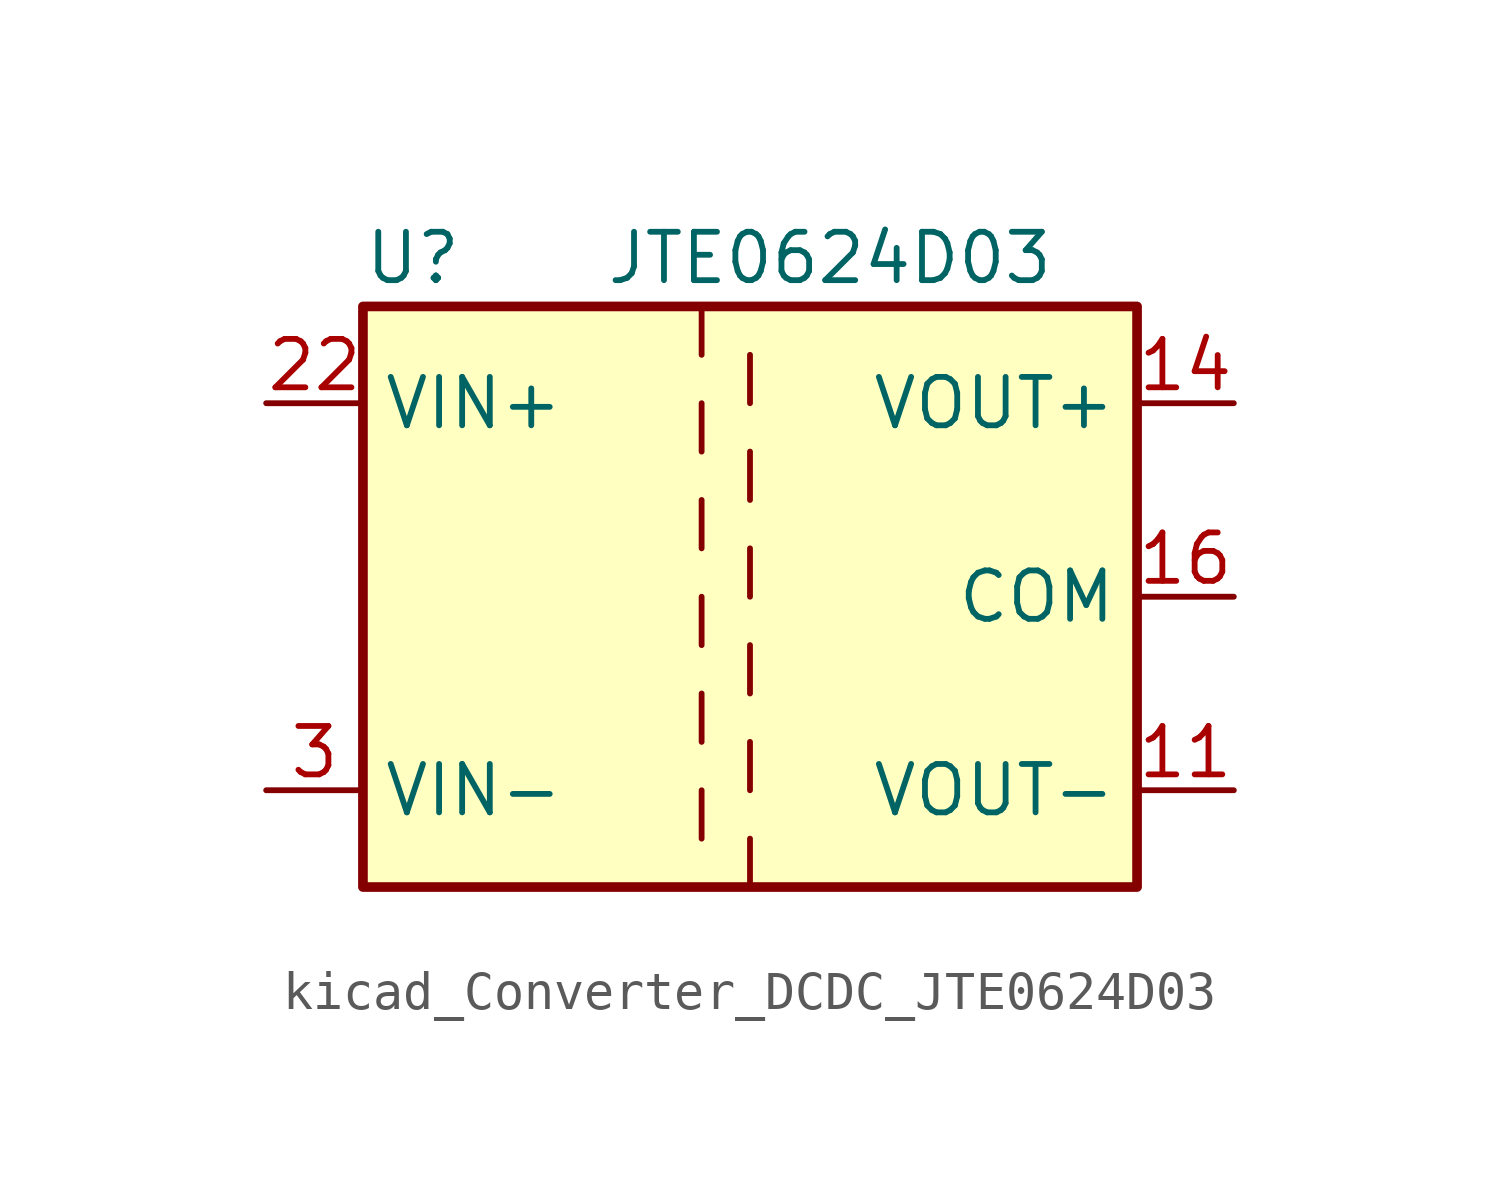
<source format=kicad_sym>
(kicad_symbol_lib
  (version 20220914)
  (generator kicad_symbol_editor)
  (symbol "kicad_Converter_DCDC_JTE0624D03"
    (property "Reference" "U"
      (at -10.16 8.89 0)
      (effects (font (size 1.27 1.27)) (justify left)))
    (property "Value" "JTE0624D03"
      (at -3.81 8.89 0)
      (effects (font (size 1.27 1.27)) (justify left)))
    (symbol "kicad_Converter_DCDC_JTE0624D03_0_1"
      (rectangle (start -10.16 7.62) (end 10.16 -7.62) (stroke (width 0.254) (type default)) (fill (type background)))
      (polyline (pts (xy -1.27 -5.08) (xy -1.27 -6.35)) (stroke (width 0) (type default)) (fill (type none)))
      (polyline (pts (xy -1.27 -2.54) (xy -1.27 -3.81)) (stroke (width 0) (type default)) (fill (type none)))
      (polyline (pts (xy -1.27 0) (xy -1.27 -1.27)) (stroke (width 0) (type default)) (fill (type none)))
      (polyline (pts (xy -1.27 2.54) (xy -1.27 1.27)) (stroke (width 0) (type default)) (fill (type none)))
      (polyline (pts (xy -1.27 5.08) (xy -1.27 3.81)) (stroke (width 0) (type default)) (fill (type none)))
      (polyline (pts (xy -1.27 7.62) (xy -1.27 6.35)) (stroke (width 0) (type default)) (fill (type none)))
      (polyline (pts (xy 0 -7.62) (xy 0 -6.35)) (stroke (width 0) (type default)) (fill (type none)))
      (polyline (pts (xy 0 -5.08) (xy 0 -3.81)) (stroke (width 0) (type default)) (fill (type none)))
      (polyline (pts (xy 0 -1.27) (xy 0 -2.54)) (stroke (width 0) (type default)) (fill (type none)))
      (polyline (pts (xy 0 0) (xy 0 1.27)) (stroke (width 0) (type default)) (fill (type none)))
      (polyline (pts (xy 0 2.54) (xy 0 3.81)) (stroke (width 0) (type default)) (fill (type none)))
      (polyline (pts (xy 0 5.08) (xy 0 6.35)) (stroke (width 0) (type default)) (fill (type none))))
    (symbol "kicad_Converter_DCDC_JTE0624D03_1_1"
      (pin power_out line (at 12.7 -5.08 180) (length 2.54) (name "VOUT-" (effects (font (size 1.27 1.27)))) (number "11" (effects (font (size 1.27 1.27)))))
      (pin power_out line (at 12.7 5.08 180) (length 2.54) (name "VOUT+" (effects (font (size 1.27 1.27)))) (number "14" (effects (font (size 1.27 1.27)))))
      (pin power_out line (at 12.7 0 180) (length 2.54) (name "COM" (effects (font (size 1.27 1.27)))) (number "16" (effects (font (size 1.27 1.27)))))
      (pin passive line (at -12.7 -5.08 0) (length 2.54) hide (name "VIN-" (effects (font (size 1.27 1.27)))) (number "2" (effects (font (size 1.27 1.27)))))
      (pin power_in line (at -12.7 5.08 0) (length 2.54) (name "VIN+" (effects (font (size 1.27 1.27)))) (number "22" (effects (font (size 1.27 1.27)))))
      (pin passive line (at -12.7 5.08 0) (length 2.54) hide (name "VIN+" (effects (font (size 1.27 1.27)))) (number "23" (effects (font (size 1.27 1.27)))))
      (pin power_in line (at -12.7 -5.08 0) (length 2.54) (name "VIN-" (effects (font (size 1.27 1.27)))) (number "3" (effects (font (size 1.27 1.27)))))
      (pin passive line (at 12.7 0 180) (length 2.54) hide (name "COM" (effects (font (size 1.27 1.27)))) (number "9" (effects (font (size 1.27 1.27))))))))
</source>
